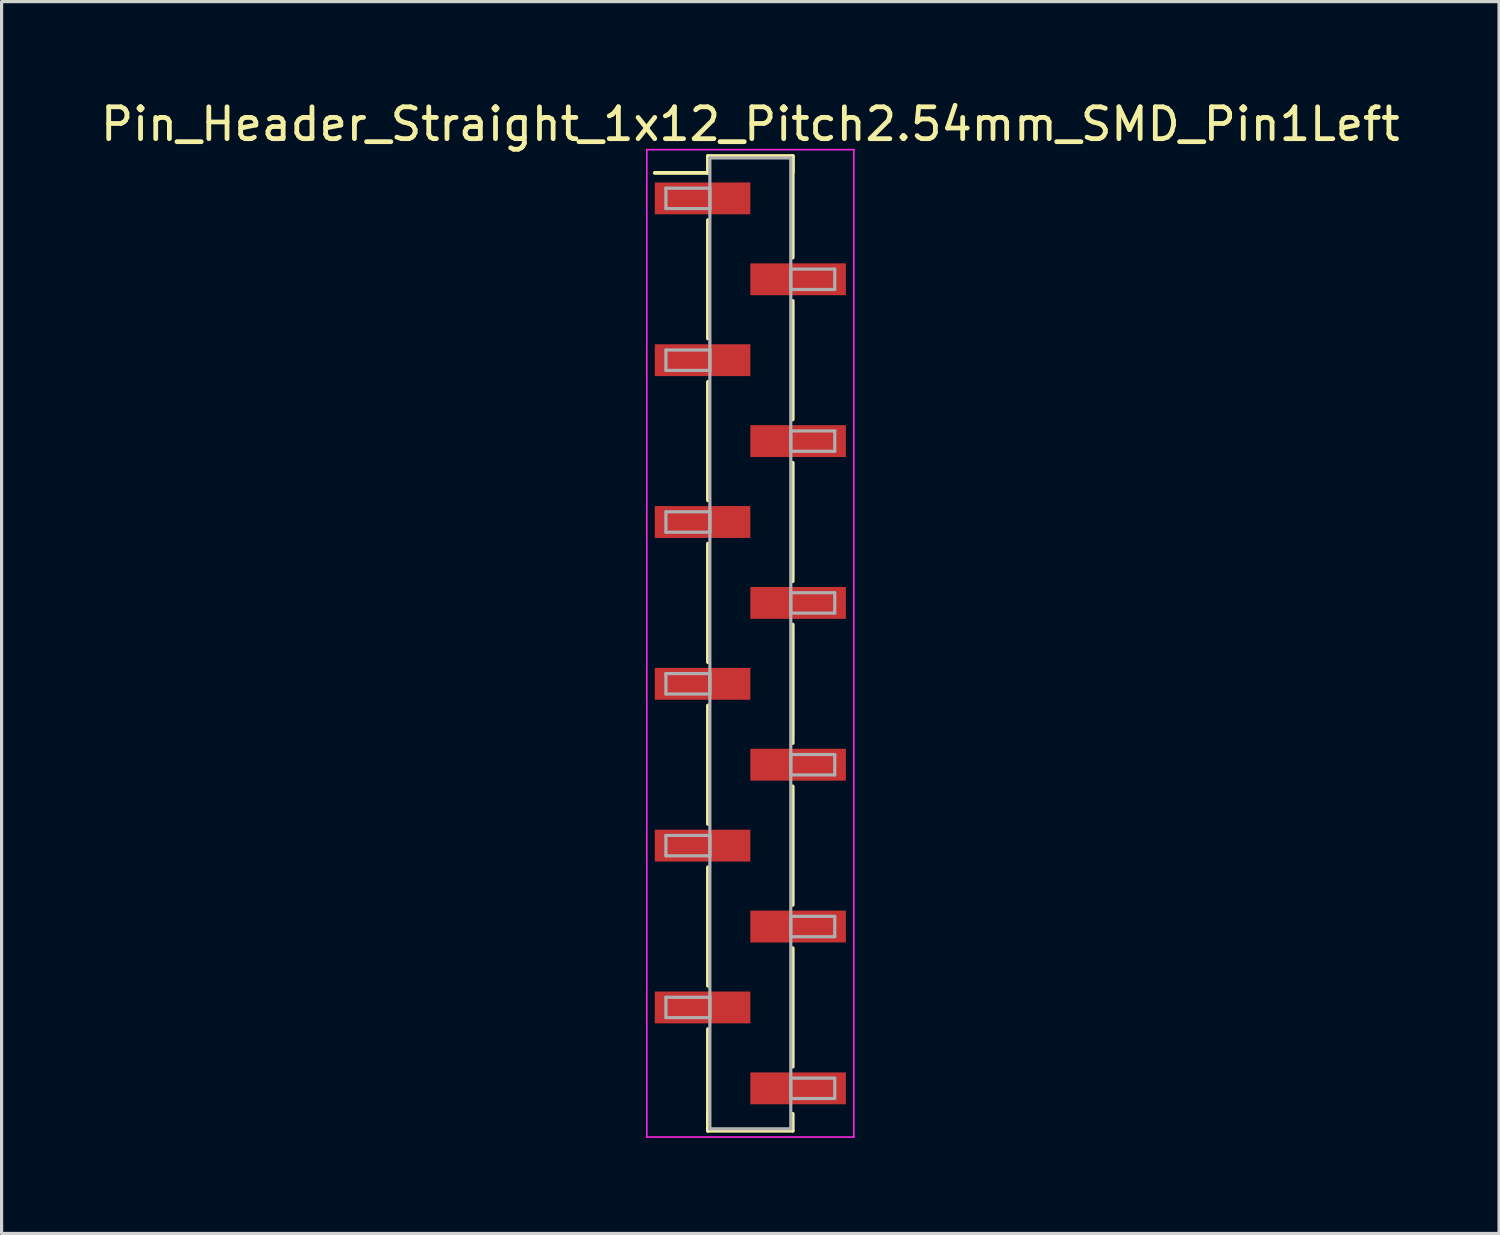
<source format=kicad_pcb>
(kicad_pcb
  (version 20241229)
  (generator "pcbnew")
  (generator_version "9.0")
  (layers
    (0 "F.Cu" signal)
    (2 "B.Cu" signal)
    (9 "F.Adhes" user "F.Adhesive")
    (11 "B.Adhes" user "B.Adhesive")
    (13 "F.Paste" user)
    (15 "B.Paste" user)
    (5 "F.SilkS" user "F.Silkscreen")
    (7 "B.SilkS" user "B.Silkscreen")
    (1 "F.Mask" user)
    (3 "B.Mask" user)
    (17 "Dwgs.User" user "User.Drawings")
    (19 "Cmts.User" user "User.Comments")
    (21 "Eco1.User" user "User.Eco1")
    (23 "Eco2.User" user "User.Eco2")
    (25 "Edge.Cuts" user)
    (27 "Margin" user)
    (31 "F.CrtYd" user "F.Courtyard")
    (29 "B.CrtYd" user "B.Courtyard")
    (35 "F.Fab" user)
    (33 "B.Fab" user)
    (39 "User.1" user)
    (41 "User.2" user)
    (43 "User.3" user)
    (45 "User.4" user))
  (footprint "Pin_Header_Straight_1x12_Pitch2.54mm_SMD_Pin1Left"
    (layer "F.Cu")
    (at 20.506 17.148)
    (property "Reference" "Pin_Header_Straight_1x12_Pitch2.54mm_SMD_Pin1Left" (at 0 -16.3 0) (layer "F.SilkS") (effects (font (size 1 1) (thickness 0.15))))
    (attr smd)
    (fp_line (start -1.33 -15.3) (end 1.33 -15.3) (stroke (width 0.12) (type solid)) (layer "F.SilkS"))
    (fp_line (start -1.33 -14.77) (end -3 -14.77) (stroke (width 0.12) (type solid)) (layer "F.SilkS"))
    (fp_line (start -1.33 -14.77) (end -1.33 -15.3) (stroke (width 0.12) (type solid)) (layer "F.SilkS"))
    (fp_line (start -1.33 -13.29) (end -1.33 -9.57) (stroke (width 0.12) (type solid)) (layer "F.SilkS"))
    (fp_line (start -1.33 -8.21) (end -1.33 -4.49) (stroke (width 0.12) (type solid)) (layer "F.SilkS"))
    (fp_line (start -1.33 -3.13) (end -1.33 0.59) (stroke (width 0.12) (type solid)) (layer "F.SilkS"))
    (fp_line (start -1.33 1.95) (end -1.33 5.67) (stroke (width 0.12) (type solid)) (layer "F.SilkS"))
    (fp_line (start -1.33 7.03) (end -1.33 10.75) (stroke (width 0.12) (type solid)) (layer "F.SilkS"))
    (fp_line (start -1.33 12.11) (end -1.33 15.3) (stroke (width 0.12) (type solid)) (layer "F.SilkS"))
    (fp_line (start -1.33 14.77) (end -1.33 15.3) (stroke (width 0.12) (type solid)) (layer "F.SilkS"))
    (fp_line (start -1.33 15.3) (end 1.33 15.3) (stroke (width 0.12) (type solid)) (layer "F.SilkS"))
    (fp_line (start 1.33 -15.3) (end 1.33 -14.77) (stroke (width 0.12) (type solid)) (layer "F.SilkS"))
    (fp_line (start 1.33 -15.3) (end 1.33 -12.11) (stroke (width 0.12) (type solid)) (layer "F.SilkS"))
    (fp_line (start 1.33 -10.75) (end 1.33 -7.03) (stroke (width 0.12) (type solid)) (layer "F.SilkS"))
    (fp_line (start 1.33 -5.67) (end 1.33 -1.95) (stroke (width 0.12) (type solid)) (layer "F.SilkS"))
    (fp_line (start 1.33 -0.59) (end 1.33 3.13) (stroke (width 0.12) (type solid)) (layer "F.SilkS"))
    (fp_line (start 1.33 4.49) (end 1.33 8.21) (stroke (width 0.12) (type solid)) (layer "F.SilkS"))
    (fp_line (start 1.33 9.57) (end 1.33 13.29) (stroke (width 0.12) (type solid)) (layer "F.SilkS"))
    (fp_line (start 1.33 15.3) (end 1.33 14.77) (stroke (width 0.12) (type solid)) (layer "F.SilkS"))
    (fp_line (start -3.25 -15.5) (end -3.25 15.5) (stroke (width 0.05) (type solid)) (layer "F.CrtYd"))
    (fp_line (start -3.25 15.5) (end 3.25 15.5) (stroke (width 0.05) (type solid)) (layer "F.CrtYd"))
    (fp_line (start 3.25 -15.5) (end -3.25 -15.5) (stroke (width 0.05) (type solid)) (layer "F.CrtYd"))
    (fp_line (start 3.25 15.5) (end 3.25 -15.5) (stroke (width 0.05) (type solid)) (layer "F.CrtYd"))
    (fp_line (start -2.65 -14.29) (end -1.27 -14.29) (stroke (width 0.1) (type solid)) (layer "F.Fab"))
    (fp_line (start -2.65 -13.65) (end -2.65 -14.29) (stroke (width 0.1) (type solid)) (layer "F.Fab"))
    (fp_line (start -2.65 -9.21) (end -1.27 -9.21) (stroke (width 0.1) (type solid)) (layer "F.Fab"))
    (fp_line (start -2.65 -8.57) (end -2.65 -9.21) (stroke (width 0.1) (type solid)) (layer "F.Fab"))
    (fp_line (start -2.65 -4.13) (end -1.27 -4.13) (stroke (width 0.1) (type solid)) (layer "F.Fab"))
    (fp_line (start -2.65 -3.49) (end -2.65 -4.13) (stroke (width 0.1) (type solid)) (layer "F.Fab"))
    (fp_line (start -2.65 0.95) (end -1.27 0.95) (stroke (width 0.1) (type solid)) (layer "F.Fab"))
    (fp_line (start -2.65 1.59) (end -2.65 0.95) (stroke (width 0.1) (type solid)) (layer "F.Fab"))
    (fp_line (start -2.65 6.03) (end -1.27 6.03) (stroke (width 0.1) (type solid)) (layer "F.Fab"))
    (fp_line (start -2.65 6.67) (end -2.65 6.03) (stroke (width 0.1) (type solid)) (layer "F.Fab"))
    (fp_line (start -2.65 11.11) (end -1.27 11.11) (stroke (width 0.1) (type solid)) (layer "F.Fab"))
    (fp_line (start -2.65 11.75) (end -2.65 11.11) (stroke (width 0.1) (type solid)) (layer "F.Fab"))
    (fp_line (start -1.27 -15.24) (end -1.27 15.24) (stroke (width 0.1) (type solid)) (layer "F.Fab"))
    (fp_line (start -1.27 -14.29) (end -1.27 -13.65) (stroke (width 0.1) (type solid)) (layer "F.Fab"))
    (fp_line (start -1.27 -13.65) (end -2.65 -13.65) (stroke (width 0.1) (type solid)) (layer "F.Fab"))
    (fp_line (start -1.27 -9.21) (end -1.27 -8.57) (stroke (width 0.1) (type solid)) (layer "F.Fab"))
    (fp_line (start -1.27 -8.57) (end -2.65 -8.57) (stroke (width 0.1) (type solid)) (layer "F.Fab"))
    (fp_line (start -1.27 -4.13) (end -1.27 -3.49) (stroke (width 0.1) (type solid)) (layer "F.Fab"))
    (fp_line (start -1.27 -3.49) (end -2.65 -3.49) (stroke (width 0.1) (type solid)) (layer "F.Fab"))
    (fp_line (start -1.27 0.95) (end -1.27 1.59) (stroke (width 0.1) (type solid)) (layer "F.Fab"))
    (fp_line (start -1.27 1.59) (end -2.65 1.59) (stroke (width 0.1) (type solid)) (layer "F.Fab"))
    (fp_line (start -1.27 6.03) (end -1.27 6.67) (stroke (width 0.1) (type solid)) (layer "F.Fab"))
    (fp_line (start -1.27 6.67) (end -2.65 6.67) (stroke (width 0.1) (type solid)) (layer "F.Fab"))
    (fp_line (start -1.27 11.11) (end -1.27 11.75) (stroke (width 0.1) (type solid)) (layer "F.Fab"))
    (fp_line (start -1.27 11.75) (end -2.65 11.75) (stroke (width 0.1) (type solid)) (layer "F.Fab"))
    (fp_line (start -1.27 15.24) (end 1.27 15.24) (stroke (width 0.1) (type solid)) (layer "F.Fab"))
    (fp_line (start 1.27 -15.24) (end -1.27 -15.24) (stroke (width 0.1) (type solid)) (layer "F.Fab"))
    (fp_line (start 1.27 -11.75) (end 1.27 -11.11) (stroke (width 0.1) (type solid)) (layer "F.Fab"))
    (fp_line (start 1.27 -11.11) (end 2.65 -11.11) (stroke (width 0.1) (type solid)) (layer "F.Fab"))
    (fp_line (start 1.27 -6.67) (end 1.27 -6.03) (stroke (width 0.1) (type solid)) (layer "F.Fab"))
    (fp_line (start 1.27 -6.03) (end 2.65 -6.03) (stroke (width 0.1) (type solid)) (layer "F.Fab"))
    (fp_line (start 1.27 -1.59) (end 1.27 -0.95) (stroke (width 0.1) (type solid)) (layer "F.Fab"))
    (fp_line (start 1.27 -0.95) (end 2.65 -0.95) (stroke (width 0.1) (type solid)) (layer "F.Fab"))
    (fp_line (start 1.27 3.49) (end 1.27 4.13) (stroke (width 0.1) (type solid)) (layer "F.Fab"))
    (fp_line (start 1.27 4.13) (end 2.65 4.13) (stroke (width 0.1) (type solid)) (layer "F.Fab"))
    (fp_line (start 1.27 8.57) (end 1.27 9.21) (stroke (width 0.1) (type solid)) (layer "F.Fab"))
    (fp_line (start 1.27 9.21) (end 2.65 9.21) (stroke (width 0.1) (type solid)) (layer "F.Fab"))
    (fp_line (start 1.27 13.65) (end 1.27 14.29) (stroke (width 0.1) (type solid)) (layer "F.Fab"))
    (fp_line (start 1.27 14.29) (end 2.65 14.29) (stroke (width 0.1) (type solid)) (layer "F.Fab"))
    (fp_line (start 1.27 15.24) (end 1.27 -15.24) (stroke (width 0.1) (type solid)) (layer "F.Fab"))
    (fp_line (start 2.65 -11.75) (end 1.27 -11.75) (stroke (width 0.1) (type solid)) (layer "F.Fab"))
    (fp_line (start 2.65 -11.11) (end 2.65 -11.75) (stroke (width 0.1) (type solid)) (layer "F.Fab"))
    (fp_line (start 2.65 -6.67) (end 1.27 -6.67) (stroke (width 0.1) (type solid)) (layer "F.Fab"))
    (fp_line (start 2.65 -6.03) (end 2.65 -6.67) (stroke (width 0.1) (type solid)) (layer "F.Fab"))
    (fp_line (start 2.65 -1.59) (end 1.27 -1.59) (stroke (width 0.1) (type solid)) (layer "F.Fab"))
    (fp_line (start 2.65 -0.95) (end 2.65 -1.59) (stroke (width 0.1) (type solid)) (layer "F.Fab"))
    (fp_line (start 2.65 3.49) (end 1.27 3.49) (stroke (width 0.1) (type solid)) (layer "F.Fab"))
    (fp_line (start 2.65 4.13) (end 2.65 3.49) (stroke (width 0.1) (type solid)) (layer "F.Fab"))
    (fp_line (start 2.65 8.57) (end 1.27 8.57) (stroke (width 0.1) (type solid)) (layer "F.Fab"))
    (fp_line (start 2.65 9.21) (end 2.65 8.57) (stroke (width 0.1) (type solid)) (layer "F.Fab"))
    (fp_line (start 2.65 13.65) (end 1.27 13.65) (stroke (width 0.1) (type solid)) (layer "F.Fab"))
    (fp_line (start 2.65 14.29) (end 2.65 13.65) (stroke (width 0.1) (type solid)) (layer "F.Fab"))
    (pad "1" smd rect (at -1.5 -13.97) (size 3 1) (layers "F.Cu" "F.Mask"))
    (pad "2" smd rect (at 1.5 -11.43) (size 3 1) (layers "F.Cu" "F.Mask"))
    (pad "3" smd rect (at -1.5 -8.89) (size 3 1) (layers "F.Cu" "F.Mask"))
    (pad "4" smd rect (at 1.5 -6.35) (size 3 1) (layers "F.Cu" "F.Mask"))
    (pad "5" smd rect (at -1.5 -3.81) (size 3 1) (layers "F.Cu" "F.Mask"))
    (pad "6" smd rect (at 1.5 -1.27) (size 3 1) (layers "F.Cu" "F.Mask"))
    (pad "7" smd rect (at -1.5 1.27) (size 3 1) (layers "F.Cu" "F.Mask"))
    (pad "8" smd rect (at 1.5 3.81) (size 3 1) (layers "F.Cu" "F.Mask"))
    (pad "9" smd rect (at -1.5 6.35) (size 3 1) (layers "F.Cu" "F.Mask"))
    (pad "10" smd rect (at 1.5 8.89) (size 3 1) (layers "F.Cu" "F.Mask"))
    (pad "11" smd rect (at -1.5 11.43) (size 3 1) (layers "F.Cu" "F.Mask"))
    (pad "12" smd rect (at 1.5 13.97) (size 3 1) (layers "F.Cu" "F.Mask")))
  (gr_rect
    (start -3 -3)
    (end 44.012 35.673)
    (stroke (width 0.1) (type default))
    (fill no)
    (layer "Edge.Cuts")))
</source>
